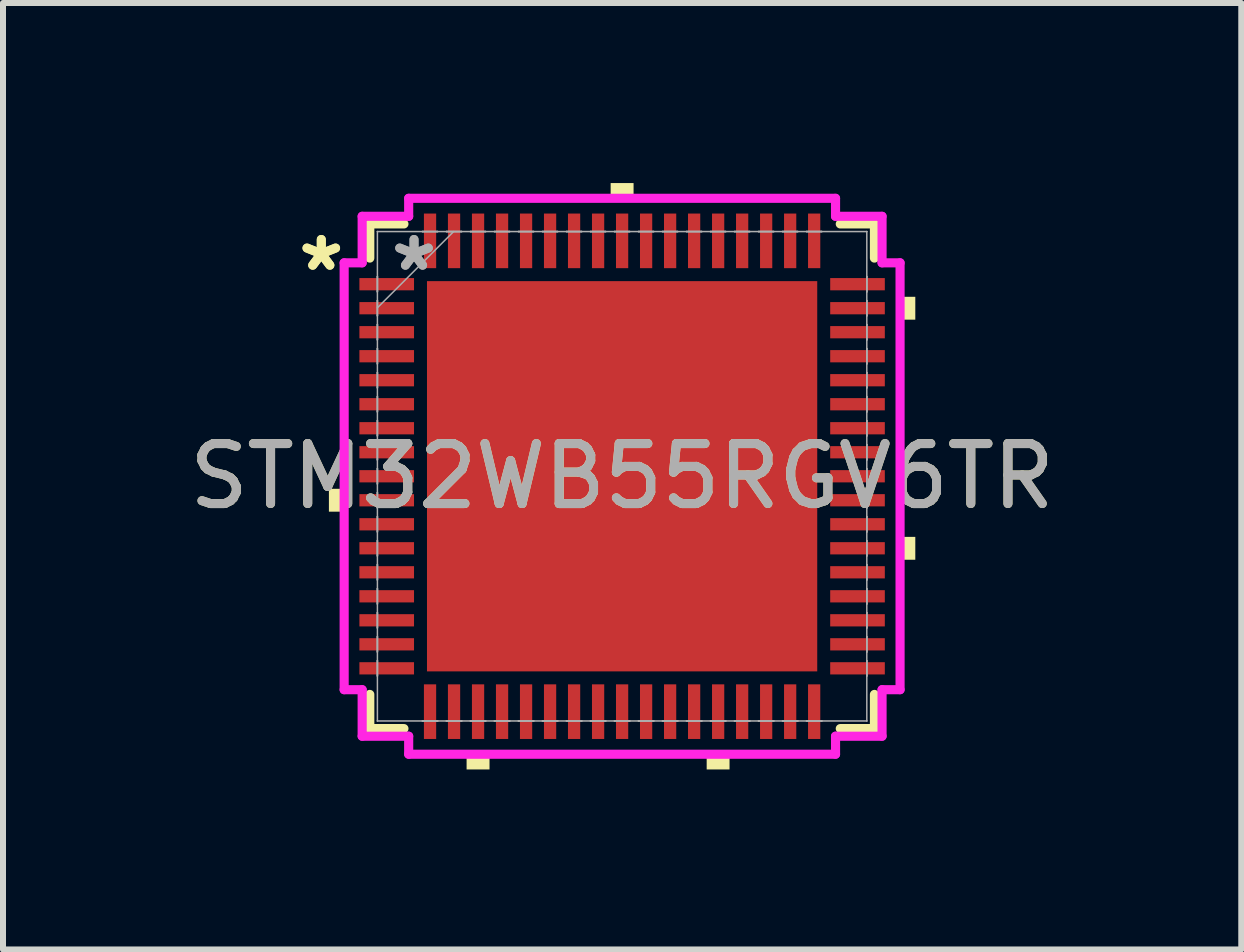
<source format=kicad_pcb>
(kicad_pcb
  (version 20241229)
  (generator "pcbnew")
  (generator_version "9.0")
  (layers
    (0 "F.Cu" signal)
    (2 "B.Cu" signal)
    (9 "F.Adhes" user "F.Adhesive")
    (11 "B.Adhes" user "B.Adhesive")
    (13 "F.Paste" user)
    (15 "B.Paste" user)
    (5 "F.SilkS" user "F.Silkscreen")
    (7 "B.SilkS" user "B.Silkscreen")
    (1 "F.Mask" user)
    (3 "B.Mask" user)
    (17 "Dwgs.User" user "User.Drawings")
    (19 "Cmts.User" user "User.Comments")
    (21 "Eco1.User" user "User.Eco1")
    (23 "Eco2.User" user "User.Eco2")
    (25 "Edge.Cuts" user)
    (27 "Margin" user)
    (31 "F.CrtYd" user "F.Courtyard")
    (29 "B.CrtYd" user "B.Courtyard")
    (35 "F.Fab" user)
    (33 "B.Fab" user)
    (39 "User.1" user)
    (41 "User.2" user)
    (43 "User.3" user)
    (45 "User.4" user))
  (footprint "STM32WB55RGV6TR"
    (layer "F.Cu")
    (at 7.315 4.885)
    (property "Reference" "STM32WB55RGV6TR" (at 0 0 0) (unlocked yes) (layer "F.SilkS") (effects (font (size 1 1) (thickness 0.15))))
    (attr smd)
    (fp_line (start -4.204 -4.204) (end -4.204 -3.635) (stroke (width 0.152) (type solid)) (layer "F.SilkS"))
    (fp_line (start -4.204 3.635) (end -4.204 4.204) (stroke (width 0.152) (type solid)) (layer "F.SilkS"))
    (fp_line (start -4.204 4.204) (end -3.635 4.204) (stroke (width 0.152) (type solid)) (layer "F.SilkS"))
    (fp_line (start -3.635 -4.204) (end -4.204 -4.204) (stroke (width 0.152) (type solid)) (layer "F.SilkS"))
    (fp_line (start 3.635 4.204) (end 4.204 4.204) (stroke (width 0.152) (type solid)) (layer "F.SilkS"))
    (fp_line (start 4.204 -4.204) (end 3.635 -4.204) (stroke (width 0.152) (type solid)) (layer "F.SilkS"))
    (fp_line (start 4.204 -3.635) (end 4.204 -4.204) (stroke (width 0.152) (type solid)) (layer "F.SilkS"))
    (fp_line (start 4.204 4.204) (end 4.204 3.635) (stroke (width 0.152) (type solid)) (layer "F.SilkS"))
    (fp_poly (pts (xy -4.885 0.209) (xy -4.885 0.59) (xy -4.631 0.59) (xy -4.631 0.209)) (stroke (width 0) (type solid)) (fill yes) (layer "F.SilkS"))
    (fp_poly (pts (xy -2.591 4.631) (xy -2.591 4.885) (xy -2.209 4.885) (xy -2.209 4.631)) (stroke (width 0) (type solid)) (fill yes) (layer "F.SilkS"))
    (fp_poly (pts (xy -0.191 -4.631) (xy -0.191 -4.885) (xy 0.191 -4.885) (xy 0.191 -4.631)) (stroke (width 0) (type solid)) (fill yes) (layer "F.SilkS"))
    (fp_poly (pts (xy 1.409 4.631) (xy 1.409 4.885) (xy 1.79 4.885) (xy 1.79 4.631)) (stroke (width 0) (type solid)) (fill yes) (layer "F.SilkS"))
    (fp_poly (pts (xy 4.885 -2.99) (xy 4.885 -2.609) (xy 4.631 -2.609) (xy 4.631 -2.99)) (stroke (width 0) (type solid)) (fill yes) (layer "F.SilkS"))
    (fp_poly (pts (xy 4.885 1.01) (xy 4.885 1.391) (xy 4.631 1.391) (xy 4.631 1.01)) (stroke (width 0) (type solid)) (fill yes) (layer "F.SilkS"))
    (fp_poly (pts (xy -3.151 -3.151) (xy -3.151 -2.051) (xy -2.051 -2.051) (xy -2.051 -3.151)) (stroke (width 0) (type solid)) (fill yes) (layer "F.Paste"))
    (fp_poly (pts (xy -3.151 -1.851) (xy -3.151 -0.75) (xy -2.051 -0.75) (xy -2.051 -1.851)) (stroke (width 0) (type solid)) (fill yes) (layer "F.Paste"))
    (fp_poly (pts (xy -3.151 -0.55) (xy -3.151 0.55) (xy -2.051 0.55) (xy -2.051 -0.55)) (stroke (width 0) (type solid)) (fill yes) (layer "F.Paste"))
    (fp_poly (pts (xy -3.151 0.75) (xy -3.151 1.851) (xy -2.051 1.851) (xy -2.051 0.75)) (stroke (width 0) (type solid)) (fill yes) (layer "F.Paste"))
    (fp_poly (pts (xy -3.151 2.051) (xy -3.151 3.151) (xy -2.051 3.151) (xy -2.051 2.051)) (stroke (width 0) (type solid)) (fill yes) (layer "F.Paste"))
    (fp_poly (pts (xy -1.851 -3.151) (xy -1.851 -2.051) (xy -0.75 -2.051) (xy -0.75 -3.151)) (stroke (width 0) (type solid)) (fill yes) (layer "F.Paste"))
    (fp_poly (pts (xy -1.851 -1.851) (xy -1.851 -0.75) (xy -0.75 -0.75) (xy -0.75 -1.851)) (stroke (width 0) (type solid)) (fill yes) (layer "F.Paste"))
    (fp_poly (pts (xy -1.851 -0.55) (xy -1.851 0.55) (xy -0.75 0.55) (xy -0.75 -0.55)) (stroke (width 0) (type solid)) (fill yes) (layer "F.Paste"))
    (fp_poly (pts (xy -1.851 0.75) (xy -1.851 1.851) (xy -0.75 1.851) (xy -0.75 0.75)) (stroke (width 0) (type solid)) (fill yes) (layer "F.Paste"))
    (fp_poly (pts (xy -1.851 2.051) (xy -1.851 3.151) (xy -0.75 3.151) (xy -0.75 2.051)) (stroke (width 0) (type solid)) (fill yes) (layer "F.Paste"))
    (fp_poly (pts (xy -0.55 -3.151) (xy -0.55 -2.051) (xy 0.55 -2.051) (xy 0.55 -3.151)) (stroke (width 0) (type solid)) (fill yes) (layer "F.Paste"))
    (fp_poly (pts (xy -0.55 -1.851) (xy -0.55 -0.75) (xy 0.55 -0.75) (xy 0.55 -1.851)) (stroke (width 0) (type solid)) (fill yes) (layer "F.Paste"))
    (fp_poly (pts (xy -0.55 -0.55) (xy -0.55 0.55) (xy 0.55 0.55) (xy 0.55 -0.55)) (stroke (width 0) (type solid)) (fill yes) (layer "F.Paste"))
    (fp_poly (pts (xy -0.55 0.75) (xy -0.55 1.851) (xy 0.55 1.851) (xy 0.55 0.75)) (stroke (width 0) (type solid)) (fill yes) (layer "F.Paste"))
    (fp_poly (pts (xy -0.55 2.051) (xy -0.55 3.151) (xy 0.55 3.151) (xy 0.55 2.051)) (stroke (width 0) (type solid)) (fill yes) (layer "F.Paste"))
    (fp_poly (pts (xy 0.75 -3.151) (xy 0.75 -2.051) (xy 1.851 -2.051) (xy 1.851 -3.151)) (stroke (width 0) (type solid)) (fill yes) (layer "F.Paste"))
    (fp_poly (pts (xy 0.75 -1.851) (xy 0.75 -0.75) (xy 1.851 -0.75) (xy 1.851 -1.851)) (stroke (width 0) (type solid)) (fill yes) (layer "F.Paste"))
    (fp_poly (pts (xy 0.75 -0.55) (xy 0.75 0.55) (xy 1.851 0.55) (xy 1.851 -0.55)) (stroke (width 0) (type solid)) (fill yes) (layer "F.Paste"))
    (fp_poly (pts (xy 0.75 0.75) (xy 0.75 1.851) (xy 1.851 1.851) (xy 1.851 0.75)) (stroke (width 0) (type solid)) (fill yes) (layer "F.Paste"))
    (fp_poly (pts (xy 0.75 2.051) (xy 0.75 3.151) (xy 1.851 3.151) (xy 1.851 2.051)) (stroke (width 0) (type solid)) (fill yes) (layer "F.Paste"))
    (fp_poly (pts (xy 2.051 -3.151) (xy 2.051 -2.051) (xy 3.151 -2.051) (xy 3.151 -3.151)) (stroke (width 0) (type solid)) (fill yes) (layer "F.Paste"))
    (fp_poly (pts (xy 2.051 -1.851) (xy 2.051 -0.75) (xy 3.151 -0.75) (xy 3.151 -1.851)) (stroke (width 0) (type solid)) (fill yes) (layer "F.Paste"))
    (fp_poly (pts (xy 2.051 -0.55) (xy 2.051 0.55) (xy 3.151 0.55) (xy 3.151 -0.55)) (stroke (width 0) (type solid)) (fill yes) (layer "F.Paste"))
    (fp_poly (pts (xy 2.051 0.75) (xy 2.051 1.851) (xy 3.151 1.851) (xy 3.151 0.75)) (stroke (width 0) (type solid)) (fill yes) (layer "F.Paste"))
    (fp_poly (pts (xy 2.051 2.051) (xy 2.051 3.151) (xy 3.151 3.151) (xy 3.151 2.051)) (stroke (width 0) (type solid)) (fill yes) (layer "F.Paste"))
    (fp_line (start -4.631 -3.556) (end -4.331 -3.556) (stroke (width 0.152) (type solid)) (layer "F.CrtYd"))
    (fp_line (start -4.631 3.556) (end -4.631 -3.556) (stroke (width 0.152) (type solid)) (layer "F.CrtYd"))
    (fp_line (start -4.331 -4.331) (end -3.556 -4.331) (stroke (width 0.152) (type solid)) (layer "F.CrtYd"))
    (fp_line (start -4.331 -3.556) (end -4.331 -4.331) (stroke (width 0.152) (type solid)) (layer "F.CrtYd"))
    (fp_line (start -4.331 3.556) (end -4.631 3.556) (stroke (width 0.152) (type solid)) (layer "F.CrtYd"))
    (fp_line (start -4.331 4.331) (end -4.331 3.556) (stroke (width 0.152) (type solid)) (layer "F.CrtYd"))
    (fp_line (start -3.556 -4.631) (end 3.556 -4.631) (stroke (width 0.152) (type solid)) (layer "F.CrtYd"))
    (fp_line (start -3.556 -4.331) (end -3.556 -4.631) (stroke (width 0.152) (type solid)) (layer "F.CrtYd"))
    (fp_line (start -3.556 4.331) (end -4.331 4.331) (stroke (width 0.152) (type solid)) (layer "F.CrtYd"))
    (fp_line (start -3.556 4.631) (end -3.556 4.331) (stroke (width 0.152) (type solid)) (layer "F.CrtYd"))
    (fp_line (start 3.556 -4.631) (end 3.556 -4.331) (stroke (width 0.152) (type solid)) (layer "F.CrtYd"))
    (fp_line (start 3.556 -4.331) (end 4.331 -4.331) (stroke (width 0.152) (type solid)) (layer "F.CrtYd"))
    (fp_line (start 3.556 4.331) (end 3.556 4.631) (stroke (width 0.152) (type solid)) (layer "F.CrtYd"))
    (fp_line (start 3.556 4.631) (end -3.556 4.631) (stroke (width 0.152) (type solid)) (layer "F.CrtYd"))
    (fp_line (start 4.331 -4.331) (end 4.331 -3.556) (stroke (width 0.152) (type solid)) (layer "F.CrtYd"))
    (fp_line (start 4.331 -3.556) (end 4.631 -3.556) (stroke (width 0.152) (type solid)) (layer "F.CrtYd"))
    (fp_line (start 4.331 3.556) (end 4.331 4.331) (stroke (width 0.152) (type solid)) (layer "F.CrtYd"))
    (fp_line (start 4.331 4.331) (end 3.556 4.331) (stroke (width 0.152) (type solid)) (layer "F.CrtYd"))
    (fp_line (start 4.631 -3.556) (end 4.631 3.556) (stroke (width 0.152) (type solid)) (layer "F.CrtYd"))
    (fp_line (start 4.631 3.556) (end 4.331 3.556) (stroke (width 0.152) (type solid)) (layer "F.CrtYd"))
    (fp_line (start -4.077 -4.077) (end -4.077 -4.077) (stroke (width 0.025) (type solid)) (layer "F.Fab"))
    (fp_line (start -4.077 -4.077) (end -4.077 4.077) (stroke (width 0.025) (type solid)) (layer "F.Fab"))
    (fp_line (start -4.077 -3.327) (end -4.077 -3.327) (stroke (width 0.025) (type solid)) (layer "F.Fab"))
    (fp_line (start -4.077 -3.327) (end -4.077 -3.073) (stroke (width 0.025) (type solid)) (layer "F.Fab"))
    (fp_line (start -4.077 -3.073) (end -4.077 -3.327) (stroke (width 0.025) (type solid)) (layer "F.Fab"))
    (fp_line (start -4.077 -3.073) (end -4.077 -3.073) (stroke (width 0.025) (type solid)) (layer "F.Fab"))
    (fp_line (start -4.077 -2.927) (end -4.077 -2.927) (stroke (width 0.025) (type solid)) (layer "F.Fab"))
    (fp_line (start -4.077 -2.927) (end -4.077 -2.673) (stroke (width 0.025) (type solid)) (layer "F.Fab"))
    (fp_line (start -4.077 -2.807) (end -2.807 -4.077) (stroke (width 0.025) (type solid)) (layer "F.Fab"))
    (fp_line (start -4.077 -2.673) (end -4.077 -2.927) (stroke (width 0.025) (type solid)) (layer "F.Fab"))
    (fp_line (start -4.077 -2.673) (end -4.077 -2.673) (stroke (width 0.025) (type solid)) (layer "F.Fab"))
    (fp_line (start -4.077 -2.527) (end -4.077 -2.527) (stroke (width 0.025) (type solid)) (layer "F.Fab"))
    (fp_line (start -4.077 -2.527) (end -4.077 -2.273) (stroke (width 0.025) (type solid)) (layer "F.Fab"))
    (fp_line (start -4.077 -2.273) (end -4.077 -2.527) (stroke (width 0.025) (type solid)) (layer "F.Fab"))
    (fp_line (start -4.077 -2.273) (end -4.077 -2.273) (stroke (width 0.025) (type solid)) (layer "F.Fab"))
    (fp_line (start -4.077 -2.127) (end -4.077 -2.127) (stroke (width 0.025) (type solid)) (layer "F.Fab"))
    (fp_line (start -4.077 -2.127) (end -4.077 -1.873) (stroke (width 0.025) (type solid)) (layer "F.Fab"))
    (fp_line (start -4.077 -1.873) (end -4.077 -2.127) (stroke (width 0.025) (type solid)) (layer "F.Fab"))
    (fp_line (start -4.077 -1.873) (end -4.077 -1.873) (stroke (width 0.025) (type solid)) (layer "F.Fab"))
    (fp_line (start -4.077 -1.727) (end -4.077 -1.727) (stroke (width 0.025) (type solid)) (layer "F.Fab"))
    (fp_line (start -4.077 -1.727) (end -4.077 -1.473) (stroke (width 0.025) (type solid)) (layer "F.Fab"))
    (fp_line (start -4.077 -1.473) (end -4.077 -1.727) (stroke (width 0.025) (type solid)) (layer "F.Fab"))
    (fp_line (start -4.077 -1.473) (end -4.077 -1.473) (stroke (width 0.025) (type solid)) (layer "F.Fab"))
    (fp_line (start -4.077 -1.327) (end -4.077 -1.327) (stroke (width 0.025) (type solid)) (layer "F.Fab"))
    (fp_line (start -4.077 -1.327) (end -4.077 -1.073) (stroke (width 0.025) (type solid)) (layer "F.Fab"))
    (fp_line (start -4.077 -1.073) (end -4.077 -1.327) (stroke (width 0.025) (type solid)) (layer "F.Fab"))
    (fp_line (start -4.077 -1.073) (end -4.077 -1.073) (stroke (width 0.025) (type solid)) (layer "F.Fab"))
    (fp_line (start -4.077 -0.927) (end -4.077 -0.927) (stroke (width 0.025) (type solid)) (layer "F.Fab"))
    (fp_line (start -4.077 -0.927) (end -4.077 -0.673) (stroke (width 0.025) (type solid)) (layer "F.Fab"))
    (fp_line (start -4.077 -0.673) (end -4.077 -0.927) (stroke (width 0.025) (type solid)) (layer "F.Fab"))
    (fp_line (start -4.077 -0.673) (end -4.077 -0.673) (stroke (width 0.025) (type solid)) (layer "F.Fab"))
    (fp_line (start -4.077 -0.527) (end -4.077 -0.527) (stroke (width 0.025) (type solid)) (layer "F.Fab"))
    (fp_line (start -4.077 -0.527) (end -4.077 -0.273) (stroke (width 0.025) (type solid)) (layer "F.Fab"))
    (fp_line (start -4.077 -0.273) (end -4.077 -0.527) (stroke (width 0.025) (type solid)) (layer "F.Fab"))
    (fp_line (start -4.077 -0.273) (end -4.077 -0.273) (stroke (width 0.025) (type solid)) (layer "F.Fab"))
    (fp_line (start -4.077 -0.127) (end -4.077 -0.127) (stroke (width 0.025) (type solid)) (layer "F.Fab"))
    (fp_line (start -4.077 -0.127) (end -4.077 0.127) (stroke (width 0.025) (type solid)) (layer "F.Fab"))
    (fp_line (start -4.077 0.127) (end -4.077 -0.127) (stroke (width 0.025) (type solid)) (layer "F.Fab"))
    (fp_line (start -4.077 0.127) (end -4.077 0.127) (stroke (width 0.025) (type solid)) (layer "F.Fab"))
    (fp_line (start -4.077 0.273) (end -4.077 0.273) (stroke (width 0.025) (type solid)) (layer "F.Fab"))
    (fp_line (start -4.077 0.273) (end -4.077 0.527) (stroke (width 0.025) (type solid)) (layer "F.Fab"))
    (fp_line (start -4.077 0.527) (end -4.077 0.273) (stroke (width 0.025) (type solid)) (layer "F.Fab"))
    (fp_line (start -4.077 0.527) (end -4.077 0.527) (stroke (width 0.025) (type solid)) (layer "F.Fab"))
    (fp_line (start -4.077 0.673) (end -4.077 0.673) (stroke (width 0.025) (type solid)) (layer "F.Fab"))
    (fp_line (start -4.077 0.673) (end -4.077 0.927) (stroke (width 0.025) (type solid)) (layer "F.Fab"))
    (fp_line (start -4.077 0.927) (end -4.077 0.673) (stroke (width 0.025) (type solid)) (layer "F.Fab"))
    (fp_line (start -4.077 0.927) (end -4.077 0.927) (stroke (width 0.025) (type solid)) (layer "F.Fab"))
    (fp_line (start -4.077 1.073) (end -4.077 1.073) (stroke (width 0.025) (type solid)) (layer "F.Fab"))
    (fp_line (start -4.077 1.073) (end -4.077 1.327) (stroke (width 0.025) (type solid)) (layer "F.Fab"))
    (fp_line (start -4.077 1.327) (end -4.077 1.073) (stroke (width 0.025) (type solid)) (layer "F.Fab"))
    (fp_line (start -4.077 1.327) (end -4.077 1.327) (stroke (width 0.025) (type solid)) (layer "F.Fab"))
    (fp_line (start -4.077 1.473) (end -4.077 1.473) (stroke (width 0.025) (type solid)) (layer "F.Fab"))
    (fp_line (start -4.077 1.473) (end -4.077 1.727) (stroke (width 0.025) (type solid)) (layer "F.Fab"))
    (fp_line (start -4.077 1.727) (end -4.077 1.473) (stroke (width 0.025) (type solid)) (layer "F.Fab"))
    (fp_line (start -4.077 1.727) (end -4.077 1.727) (stroke (width 0.025) (type solid)) (layer "F.Fab"))
    (fp_line (start -4.077 1.873) (end -4.077 1.873) (stroke (width 0.025) (type solid)) (layer "F.Fab"))
    (fp_line (start -4.077 1.873) (end -4.077 2.127) (stroke (width 0.025) (type solid)) (layer "F.Fab"))
    (fp_line (start -4.077 2.127) (end -4.077 1.873) (stroke (width 0.025) (type solid)) (layer "F.Fab"))
    (fp_line (start -4.077 2.127) (end -4.077 2.127) (stroke (width 0.025) (type solid)) (layer "F.Fab"))
    (fp_line (start -4.077 2.273) (end -4.077 2.273) (stroke (width 0.025) (type solid)) (layer "F.Fab"))
    (fp_line (start -4.077 2.273) (end -4.077 2.527) (stroke (width 0.025) (type solid)) (layer "F.Fab"))
    (fp_line (start -4.077 2.527) (end -4.077 2.273) (stroke (width 0.025) (type solid)) (layer "F.Fab"))
    (fp_line (start -4.077 2.527) (end -4.077 2.527) (stroke (width 0.025) (type solid)) (layer "F.Fab"))
    (fp_line (start -4.077 2.673) (end -4.077 2.673) (stroke (width 0.025) (type solid)) (layer "F.Fab"))
    (fp_line (start -4.077 2.673) (end -4.077 2.927) (stroke (width 0.025) (type solid)) (layer "F.Fab"))
    (fp_line (start -4.077 2.927) (end -4.077 2.673) (stroke (width 0.025) (type solid)) (layer "F.Fab"))
    (fp_line (start -4.077 2.927) (end -4.077 2.927) (stroke (width 0.025) (type solid)) (layer "F.Fab"))
    (fp_line (start -4.077 3.073) (end -4.077 3.073) (stroke (width 0.025) (type solid)) (layer "F.Fab"))
    (fp_line (start -4.077 3.073) (end -4.077 3.327) (stroke (width 0.025) (type solid)) (layer "F.Fab"))
    (fp_line (start -4.077 3.327) (end -4.077 3.073) (stroke (width 0.025) (type solid)) (layer "F.Fab"))
    (fp_line (start -4.077 3.327) (end -4.077 3.327) (stroke (width 0.025) (type solid)) (layer "F.Fab"))
    (fp_line (start -4.077 4.077) (end -4.077 4.077) (stroke (width 0.025) (type solid)) (layer "F.Fab"))
    (fp_line (start -4.077 4.077) (end 4.077 4.077) (stroke (width 0.025) (type solid)) (layer "F.Fab"))
    (fp_line (start -3.327 -4.077) (end -3.327 -4.077) (stroke (width 0.025) (type solid)) (layer "F.Fab"))
    (fp_line (start -3.327 -4.077) (end -3.073 -4.077) (stroke (width 0.025) (type solid)) (layer "F.Fab"))
    (fp_line (start -3.327 4.077) (end -3.327 4.077) (stroke (width 0.025) (type solid)) (layer "F.Fab"))
    (fp_line (start -3.327 4.077) (end -3.073 4.077) (stroke (width 0.025) (type solid)) (layer "F.Fab"))
    (fp_line (start -3.073 -4.077) (end -3.327 -4.077) (stroke (width 0.025) (type solid)) (layer "F.Fab"))
    (fp_line (start -3.073 -4.077) (end -3.073 -4.077) (stroke (width 0.025) (type solid)) (layer "F.Fab"))
    (fp_line (start -3.073 4.077) (end -3.327 4.077) (stroke (width 0.025) (type solid)) (layer "F.Fab"))
    (fp_line (start -3.073 4.077) (end -3.073 4.077) (stroke (width 0.025) (type solid)) (layer "F.Fab"))
    (fp_line (start -2.927 -4.077) (end -2.927 -4.077) (stroke (width 0.025) (type solid)) (layer "F.Fab"))
    (fp_line (start -2.927 -4.077) (end -2.673 -4.077) (stroke (width 0.025) (type solid)) (layer "F.Fab"))
    (fp_line (start -2.927 4.077) (end -2.927 4.077) (stroke (width 0.025) (type solid)) (layer "F.Fab"))
    (fp_line (start -2.927 4.077) (end -2.673 4.077) (stroke (width 0.025) (type solid)) (layer "F.Fab"))
    (fp_line (start -2.673 -4.077) (end -2.927 -4.077) (stroke (width 0.025) (type solid)) (layer "F.Fab"))
    (fp_line (start -2.673 -4.077) (end -2.673 -4.077) (stroke (width 0.025) (type solid)) (layer "F.Fab"))
    (fp_line (start -2.673 4.077) (end -2.927 4.077) (stroke (width 0.025) (type solid)) (layer "F.Fab"))
    (fp_line (start -2.673 4.077) (end -2.673 4.077) (stroke (width 0.025) (type solid)) (layer "F.Fab"))
    (fp_line (start -2.527 -4.077) (end -2.527 -4.077) (stroke (width 0.025) (type solid)) (layer "F.Fab"))
    (fp_line (start -2.527 -4.077) (end -2.273 -4.077) (stroke (width 0.025) (type solid)) (layer "F.Fab"))
    (fp_line (start -2.527 4.077) (end -2.527 4.077) (stroke (width 0.025) (type solid)) (layer "F.Fab"))
    (fp_line (start -2.527 4.077) (end -2.273 4.077) (stroke (width 0.025) (type solid)) (layer "F.Fab"))
    (fp_line (start -2.273 -4.077) (end -2.527 -4.077) (stroke (width 0.025) (type solid)) (layer "F.Fab"))
    (fp_line (start -2.273 -4.077) (end -2.273 -4.077) (stroke (width 0.025) (type solid)) (layer "F.Fab"))
    (fp_line (start -2.273 4.077) (end -2.527 4.077) (stroke (width 0.025) (type solid)) (layer "F.Fab"))
    (fp_line (start -2.273 4.077) (end -2.273 4.077) (stroke (width 0.025) (type solid)) (layer "F.Fab"))
    (fp_line (start -2.127 -4.077) (end -2.127 -4.077) (stroke (width 0.025) (type solid)) (layer "F.Fab"))
    (fp_line (start -2.127 -4.077) (end -1.873 -4.077) (stroke (width 0.025) (type solid)) (layer "F.Fab"))
    (fp_line (start -2.127 4.077) (end -2.127 4.077) (stroke (width 0.025) (type solid)) (layer "F.Fab"))
    (fp_line (start -2.127 4.077) (end -1.873 4.077) (stroke (width 0.025) (type solid)) (layer "F.Fab"))
    (fp_line (start -1.873 -4.077) (end -2.127 -4.077) (stroke (width 0.025) (type solid)) (layer "F.Fab"))
    (fp_line (start -1.873 -4.077) (end -1.873 -4.077) (stroke (width 0.025) (type solid)) (layer "F.Fab"))
    (fp_line (start -1.873 4.077) (end -2.127 4.077) (stroke (width 0.025) (type solid)) (layer "F.Fab"))
    (fp_line (start -1.873 4.077) (end -1.873 4.077) (stroke (width 0.025) (type solid)) (layer "F.Fab"))
    (fp_line (start -1.727 -4.077) (end -1.727 -4.077) (stroke (width 0.025) (type solid)) (layer "F.Fab"))
    (fp_line (start -1.727 -4.077) (end -1.473 -4.077) (stroke (width 0.025) (type solid)) (layer "F.Fab"))
    (fp_line (start -1.727 4.077) (end -1.727 4.077) (stroke (width 0.025) (type solid)) (layer "F.Fab"))
    (fp_line (start -1.727 4.077) (end -1.473 4.077) (stroke (width 0.025) (type solid)) (layer "F.Fab"))
    (fp_line (start -1.473 -4.077) (end -1.727 -4.077) (stroke (width 0.025) (type solid)) (layer "F.Fab"))
    (fp_line (start -1.473 -4.077) (end -1.473 -4.077) (stroke (width 0.025) (type solid)) (layer "F.Fab"))
    (fp_line (start -1.473 4.077) (end -1.727 4.077) (stroke (width 0.025) (type solid)) (layer "F.Fab"))
    (fp_line (start -1.473 4.077) (end -1.473 4.077) (stroke (width 0.025) (type solid)) (layer "F.Fab"))
    (fp_line (start -1.327 -4.077) (end -1.327 -4.077) (stroke (width 0.025) (type solid)) (layer "F.Fab"))
    (fp_line (start -1.327 -4.077) (end -1.073 -4.077) (stroke (width 0.025) (type solid)) (layer "F.Fab"))
    (fp_line (start -1.327 4.077) (end -1.327 4.077) (stroke (width 0.025) (type solid)) (layer "F.Fab"))
    (fp_line (start -1.327 4.077) (end -1.073 4.077) (stroke (width 0.025) (type solid)) (layer "F.Fab"))
    (fp_line (start -1.073 -4.077) (end -1.327 -4.077) (stroke (width 0.025) (type solid)) (layer "F.Fab"))
    (fp_line (start -1.073 -4.077) (end -1.073 -4.077) (stroke (width 0.025) (type solid)) (layer "F.Fab"))
    (fp_line (start -1.073 4.077) (end -1.327 4.077) (stroke (width 0.025) (type solid)) (layer "F.Fab"))
    (fp_line (start -1.073 4.077) (end -1.073 4.077) (stroke (width 0.025) (type solid)) (layer "F.Fab"))
    (fp_line (start -0.927 -4.077) (end -0.927 -4.077) (stroke (width 0.025) (type solid)) (layer "F.Fab"))
    (fp_line (start -0.927 -4.077) (end -0.673 -4.077) (stroke (width 0.025) (type solid)) (layer "F.Fab"))
    (fp_line (start -0.927 4.077) (end -0.927 4.077) (stroke (width 0.025) (type solid)) (layer "F.Fab"))
    (fp_line (start -0.927 4.077) (end -0.673 4.077) (stroke (width 0.025) (type solid)) (layer "F.Fab"))
    (fp_line (start -0.673 -4.077) (end -0.927 -4.077) (stroke (width 0.025) (type solid)) (layer "F.Fab"))
    (fp_line (start -0.673 -4.077) (end -0.673 -4.077) (stroke (width 0.025) (type solid)) (layer "F.Fab"))
    (fp_line (start -0.673 4.077) (end -0.927 4.077) (stroke (width 0.025) (type solid)) (layer "F.Fab"))
    (fp_line (start -0.673 4.077) (end -0.673 4.077) (stroke (width 0.025) (type solid)) (layer "F.Fab"))
    (fp_line (start -0.527 -4.077) (end -0.527 -4.077) (stroke (width 0.025) (type solid)) (layer "F.Fab"))
    (fp_line (start -0.527 -4.077) (end -0.273 -4.077) (stroke (width 0.025) (type solid)) (layer "F.Fab"))
    (fp_line (start -0.527 4.077) (end -0.527 4.077) (stroke (width 0.025) (type solid)) (layer "F.Fab"))
    (fp_line (start -0.527 4.077) (end -0.273 4.077) (stroke (width 0.025) (type solid)) (layer "F.Fab"))
    (fp_line (start -0.273 -4.077) (end -0.527 -4.077) (stroke (width 0.025) (type solid)) (layer "F.Fab"))
    (fp_line (start -0.273 -4.077) (end -0.273 -4.077) (stroke (width 0.025) (type solid)) (layer "F.Fab"))
    (fp_line (start -0.273 4.077) (end -0.527 4.077) (stroke (width 0.025) (type solid)) (layer "F.Fab"))
    (fp_line (start -0.273 4.077) (end -0.273 4.077) (stroke (width 0.025) (type solid)) (layer "F.Fab"))
    (fp_line (start -0.127 -4.077) (end -0.127 -4.077) (stroke (width 0.025) (type solid)) (layer "F.Fab"))
    (fp_line (start -0.127 -4.077) (end 0.127 -4.077) (stroke (width 0.025) (type solid)) (layer "F.Fab"))
    (fp_line (start -0.127 4.077) (end -0.127 4.077) (stroke (width 0.025) (type solid)) (layer "F.Fab"))
    (fp_line (start -0.127 4.077) (end 0.127 4.077) (stroke (width 0.025) (type solid)) (layer "F.Fab"))
    (fp_line (start 0.127 -4.077) (end -0.127 -4.077) (stroke (width 0.025) (type solid)) (layer "F.Fab"))
    (fp_line (start 0.127 -4.077) (end 0.127 -4.077) (stroke (width 0.025) (type solid)) (layer "F.Fab"))
    (fp_line (start 0.127 4.077) (end -0.127 4.077) (stroke (width 0.025) (type solid)) (layer "F.Fab"))
    (fp_line (start 0.127 4.077) (end 0.127 4.077) (stroke (width 0.025) (type solid)) (layer "F.Fab"))
    (fp_line (start 0.273 -4.077) (end 0.273 -4.077) (stroke (width 0.025) (type solid)) (layer "F.Fab"))
    (fp_line (start 0.273 -4.077) (end 0.527 -4.077) (stroke (width 0.025) (type solid)) (layer "F.Fab"))
    (fp_line (start 0.273 4.077) (end 0.273 4.077) (stroke (width 0.025) (type solid)) (layer "F.Fab"))
    (fp_line (start 0.273 4.077) (end 0.527 4.077) (stroke (width 0.025) (type solid)) (layer "F.Fab"))
    (fp_line (start 0.527 -4.077) (end 0.273 -4.077) (stroke (width 0.025) (type solid)) (layer "F.Fab"))
    (fp_line (start 0.527 -4.077) (end 0.527 -4.077) (stroke (width 0.025) (type solid)) (layer "F.Fab"))
    (fp_line (start 0.527 4.077) (end 0.273 4.077) (stroke (width 0.025) (type solid)) (layer "F.Fab"))
    (fp_line (start 0.527 4.077) (end 0.527 4.077) (stroke (width 0.025) (type solid)) (layer "F.Fab"))
    (fp_line (start 0.673 -4.077) (end 0.673 -4.077) (stroke (width 0.025) (type solid)) (layer "F.Fab"))
    (fp_line (start 0.673 -4.077) (end 0.927 -4.077) (stroke (width 0.025) (type solid)) (layer "F.Fab"))
    (fp_line (start 0.673 4.077) (end 0.673 4.077) (stroke (width 0.025) (type solid)) (layer "F.Fab"))
    (fp_line (start 0.673 4.077) (end 0.927 4.077) (stroke (width 0.025) (type solid)) (layer "F.Fab"))
    (fp_line (start 0.927 -4.077) (end 0.673 -4.077) (stroke (width 0.025) (type solid)) (layer "F.Fab"))
    (fp_line (start 0.927 -4.077) (end 0.927 -4.077) (stroke (width 0.025) (type solid)) (layer "F.Fab"))
    (fp_line (start 0.927 4.077) (end 0.673 4.077) (stroke (width 0.025) (type solid)) (layer "F.Fab"))
    (fp_line (start 0.927 4.077) (end 0.927 4.077) (stroke (width 0.025) (type solid)) (layer "F.Fab"))
    (fp_line (start 1.073 -4.077) (end 1.073 -4.077) (stroke (width 0.025) (type solid)) (layer "F.Fab"))
    (fp_line (start 1.073 -4.077) (end 1.327 -4.077) (stroke (width 0.025) (type solid)) (layer "F.Fab"))
    (fp_line (start 1.073 4.077) (end 1.073 4.077) (stroke (width 0.025) (type solid)) (layer "F.Fab"))
    (fp_line (start 1.073 4.077) (end 1.327 4.077) (stroke (width 0.025) (type solid)) (layer "F.Fab"))
    (fp_line (start 1.327 -4.077) (end 1.073 -4.077) (stroke (width 0.025) (type solid)) (layer "F.Fab"))
    (fp_line (start 1.327 -4.077) (end 1.327 -4.077) (stroke (width 0.025) (type solid)) (layer "F.Fab"))
    (fp_line (start 1.327 4.077) (end 1.073 4.077) (stroke (width 0.025) (type solid)) (layer "F.Fab"))
    (fp_line (start 1.327 4.077) (end 1.327 4.077) (stroke (width 0.025) (type solid)) (layer "F.Fab"))
    (fp_line (start 1.473 -4.077) (end 1.473 -4.077) (stroke (width 0.025) (type solid)) (layer "F.Fab"))
    (fp_line (start 1.473 -4.077) (end 1.727 -4.077) (stroke (width 0.025) (type solid)) (layer "F.Fab"))
    (fp_line (start 1.473 4.077) (end 1.473 4.077) (stroke (width 0.025) (type solid)) (layer "F.Fab"))
    (fp_line (start 1.473 4.077) (end 1.727 4.077) (stroke (width 0.025) (type solid)) (layer "F.Fab"))
    (fp_line (start 1.727 -4.077) (end 1.473 -4.077) (stroke (width 0.025) (type solid)) (layer "F.Fab"))
    (fp_line (start 1.727 -4.077) (end 1.727 -4.077) (stroke (width 0.025) (type solid)) (layer "F.Fab"))
    (fp_line (start 1.727 4.077) (end 1.473 4.077) (stroke (width 0.025) (type solid)) (layer "F.Fab"))
    (fp_line (start 1.727 4.077) (end 1.727 4.077) (stroke (width 0.025) (type solid)) (layer "F.Fab"))
    (fp_line (start 1.873 -4.077) (end 1.873 -4.077) (stroke (width 0.025) (type solid)) (layer "F.Fab"))
    (fp_line (start 1.873 -4.077) (end 2.127 -4.077) (stroke (width 0.025) (type solid)) (layer "F.Fab"))
    (fp_line (start 1.873 4.077) (end 1.873 4.077) (stroke (width 0.025) (type solid)) (layer "F.Fab"))
    (fp_line (start 1.873 4.077) (end 2.127 4.077) (stroke (width 0.025) (type solid)) (layer "F.Fab"))
    (fp_line (start 2.127 -4.077) (end 1.873 -4.077) (stroke (width 0.025) (type solid)) (layer "F.Fab"))
    (fp_line (start 2.127 -4.077) (end 2.127 -4.077) (stroke (width 0.025) (type solid)) (layer "F.Fab"))
    (fp_line (start 2.127 4.077) (end 1.873 4.077) (stroke (width 0.025) (type solid)) (layer "F.Fab"))
    (fp_line (start 2.127 4.077) (end 2.127 4.077) (stroke (width 0.025) (type solid)) (layer "F.Fab"))
    (fp_line (start 2.273 -4.077) (end 2.273 -4.077) (stroke (width 0.025) (type solid)) (layer "F.Fab"))
    (fp_line (start 2.273 -4.077) (end 2.527 -4.077) (stroke (width 0.025) (type solid)) (layer "F.Fab"))
    (fp_line (start 2.273 4.077) (end 2.273 4.077) (stroke (width 0.025) (type solid)) (layer "F.Fab"))
    (fp_line (start 2.273 4.077) (end 2.527 4.077) (stroke (width 0.025) (type solid)) (layer "F.Fab"))
    (fp_line (start 2.527 -4.077) (end 2.273 -4.077) (stroke (width 0.025) (type solid)) (layer "F.Fab"))
    (fp_line (start 2.527 -4.077) (end 2.527 -4.077) (stroke (width 0.025) (type solid)) (layer "F.Fab"))
    (fp_line (start 2.527 4.077) (end 2.273 4.077) (stroke (width 0.025) (type solid)) (layer "F.Fab"))
    (fp_line (start 2.527 4.077) (end 2.527 4.077) (stroke (width 0.025) (type solid)) (layer "F.Fab"))
    (fp_line (start 2.673 -4.077) (end 2.673 -4.077) (stroke (width 0.025) (type solid)) (layer "F.Fab"))
    (fp_line (start 2.673 -4.077) (end 2.927 -4.077) (stroke (width 0.025) (type solid)) (layer "F.Fab"))
    (fp_line (start 2.673 4.077) (end 2.673 4.077) (stroke (width 0.025) (type solid)) (layer "F.Fab"))
    (fp_line (start 2.673 4.077) (end 2.927 4.077) (stroke (width 0.025) (type solid)) (layer "F.Fab"))
    (fp_line (start 2.927 -4.077) (end 2.673 -4.077) (stroke (width 0.025) (type solid)) (layer "F.Fab"))
    (fp_line (start 2.927 -4.077) (end 2.927 -4.077) (stroke (width 0.025) (type solid)) (layer "F.Fab"))
    (fp_line (start 2.927 4.077) (end 2.673 4.077) (stroke (width 0.025) (type solid)) (layer "F.Fab"))
    (fp_line (start 2.927 4.077) (end 2.927 4.077) (stroke (width 0.025) (type solid)) (layer "F.Fab"))
    (fp_line (start 3.073 -4.077) (end 3.073 -4.077) (stroke (width 0.025) (type solid)) (layer "F.Fab"))
    (fp_line (start 3.073 -4.077) (end 3.327 -4.077) (stroke (width 0.025) (type solid)) (layer "F.Fab"))
    (fp_line (start 3.073 4.077) (end 3.073 4.077) (stroke (width 0.025) (type solid)) (layer "F.Fab"))
    (fp_line (start 3.073 4.077) (end 3.327 4.077) (stroke (width 0.025) (type solid)) (layer "F.Fab"))
    (fp_line (start 3.327 -4.077) (end 3.073 -4.077) (stroke (width 0.025) (type solid)) (layer "F.Fab"))
    (fp_line (start 3.327 -4.077) (end 3.327 -4.077) (stroke (width 0.025) (type solid)) (layer "F.Fab"))
    (fp_line (start 3.327 4.077) (end 3.073 4.077) (stroke (width 0.025) (type solid)) (layer "F.Fab"))
    (fp_line (start 3.327 4.077) (end 3.327 4.077) (stroke (width 0.025) (type solid)) (layer "F.Fab"))
    (fp_line (start 4.077 -4.077) (end -4.077 -4.077) (stroke (width 0.025) (type solid)) (layer "F.Fab"))
    (fp_line (start 4.077 -4.077) (end 4.077 -4.077) (stroke (width 0.025) (type solid)) (layer "F.Fab"))
    (fp_line (start 4.077 -3.327) (end 4.077 -3.327) (stroke (width 0.025) (type solid)) (layer "F.Fab"))
    (fp_line (start 4.077 -3.327) (end 4.077 -3.073) (stroke (width 0.025) (type solid)) (layer "F.Fab"))
    (fp_line (start 4.077 -3.073) (end 4.077 -3.327) (stroke (width 0.025) (type solid)) (layer "F.Fab"))
    (fp_line (start 4.077 -3.073) (end 4.077 -3.073) (stroke (width 0.025) (type solid)) (layer "F.Fab"))
    (fp_line (start 4.077 -2.927) (end 4.077 -2.927) (stroke (width 0.025) (type solid)) (layer "F.Fab"))
    (fp_line (start 4.077 -2.927) (end 4.077 -2.673) (stroke (width 0.025) (type solid)) (layer "F.Fab"))
    (fp_line (start 4.077 -2.673) (end 4.077 -2.927) (stroke (width 0.025) (type solid)) (layer "F.Fab"))
    (fp_line (start 4.077 -2.673) (end 4.077 -2.673) (stroke (width 0.025) (type solid)) (layer "F.Fab"))
    (fp_line (start 4.077 -2.527) (end 4.077 -2.527) (stroke (width 0.025) (type solid)) (layer "F.Fab"))
    (fp_line (start 4.077 -2.527) (end 4.077 -2.273) (stroke (width 0.025) (type solid)) (layer "F.Fab"))
    (fp_line (start 4.077 -2.273) (end 4.077 -2.527) (stroke (width 0.025) (type solid)) (layer "F.Fab"))
    (fp_line (start 4.077 -2.273) (end 4.077 -2.273) (stroke (width 0.025) (type solid)) (layer "F.Fab"))
    (fp_line (start 4.077 -2.127) (end 4.077 -2.127) (stroke (width 0.025) (type solid)) (layer "F.Fab"))
    (fp_line (start 4.077 -2.127) (end 4.077 -1.873) (stroke (width 0.025) (type solid)) (layer "F.Fab"))
    (fp_line (start 4.077 -1.873) (end 4.077 -2.127) (stroke (width 0.025) (type solid)) (layer "F.Fab"))
    (fp_line (start 4.077 -1.873) (end 4.077 -1.873) (stroke (width 0.025) (type solid)) (layer "F.Fab"))
    (fp_line (start 4.077 -1.727) (end 4.077 -1.727) (stroke (width 0.025) (type solid)) (layer "F.Fab"))
    (fp_line (start 4.077 -1.727) (end 4.077 -1.473) (stroke (width 0.025) (type solid)) (layer "F.Fab"))
    (fp_line (start 4.077 -1.473) (end 4.077 -1.727) (stroke (width 0.025) (type solid)) (layer "F.Fab"))
    (fp_line (start 4.077 -1.473) (end 4.077 -1.473) (stroke (width 0.025) (type solid)) (layer "F.Fab"))
    (fp_line (start 4.077 -1.327) (end 4.077 -1.327) (stroke (width 0.025) (type solid)) (layer "F.Fab"))
    (fp_line (start 4.077 -1.327) (end 4.077 -1.073) (stroke (width 0.025) (type solid)) (layer "F.Fab"))
    (fp_line (start 4.077 -1.073) (end 4.077 -1.327) (stroke (width 0.025) (type solid)) (layer "F.Fab"))
    (fp_line (start 4.077 -1.073) (end 4.077 -1.073) (stroke (width 0.025) (type solid)) (layer "F.Fab"))
    (fp_line (start 4.077 -0.927) (end 4.077 -0.927) (stroke (width 0.025) (type solid)) (layer "F.Fab"))
    (fp_line (start 4.077 -0.927) (end 4.077 -0.673) (stroke (width 0.025) (type solid)) (layer "F.Fab"))
    (fp_line (start 4.077 -0.673) (end 4.077 -0.927) (stroke (width 0.025) (type solid)) (layer "F.Fab"))
    (fp_line (start 4.077 -0.673) (end 4.077 -0.673) (stroke (width 0.025) (type solid)) (layer "F.Fab"))
    (fp_line (start 4.077 -0.527) (end 4.077 -0.527) (stroke (width 0.025) (type solid)) (layer "F.Fab"))
    (fp_line (start 4.077 -0.527) (end 4.077 -0.273) (stroke (width 0.025) (type solid)) (layer "F.Fab"))
    (fp_line (start 4.077 -0.273) (end 4.077 -0.527) (stroke (width 0.025) (type solid)) (layer "F.Fab"))
    (fp_line (start 4.077 -0.273) (end 4.077 -0.273) (stroke (width 0.025) (type solid)) (layer "F.Fab"))
    (fp_line (start 4.077 -0.127) (end 4.077 -0.127) (stroke (width 0.025) (type solid)) (layer "F.Fab"))
    (fp_line (start 4.077 -0.127) (end 4.077 0.127) (stroke (width 0.025) (type solid)) (layer "F.Fab"))
    (fp_line (start 4.077 0.127) (end 4.077 -0.127) (stroke (width 0.025) (type solid)) (layer "F.Fab"))
    (fp_line (start 4.077 0.127) (end 4.077 0.127) (stroke (width 0.025) (type solid)) (layer "F.Fab"))
    (fp_line (start 4.077 0.273) (end 4.077 0.273) (stroke (width 0.025) (type solid)) (layer "F.Fab"))
    (fp_line (start 4.077 0.273) (end 4.077 0.527) (stroke (width 0.025) (type solid)) (layer "F.Fab"))
    (fp_line (start 4.077 0.527) (end 4.077 0.273) (stroke (width 0.025) (type solid)) (layer "F.Fab"))
    (fp_line (start 4.077 0.527) (end 4.077 0.527) (stroke (width 0.025) (type solid)) (layer "F.Fab"))
    (fp_line (start 4.077 0.673) (end 4.077 0.673) (stroke (width 0.025) (type solid)) (layer "F.Fab"))
    (fp_line (start 4.077 0.673) (end 4.077 0.927) (stroke (width 0.025) (type solid)) (layer "F.Fab"))
    (fp_line (start 4.077 0.927) (end 4.077 0.673) (stroke (width 0.025) (type solid)) (layer "F.Fab"))
    (fp_line (start 4.077 0.927) (end 4.077 0.927) (stroke (width 0.025) (type solid)) (layer "F.Fab"))
    (fp_line (start 4.077 1.073) (end 4.077 1.073) (stroke (width 0.025) (type solid)) (layer "F.Fab"))
    (fp_line (start 4.077 1.073) (end 4.077 1.327) (stroke (width 0.025) (type solid)) (layer "F.Fab"))
    (fp_line (start 4.077 1.327) (end 4.077 1.073) (stroke (width 0.025) (type solid)) (layer "F.Fab"))
    (fp_line (start 4.077 1.327) (end 4.077 1.327) (stroke (width 0.025) (type solid)) (layer "F.Fab"))
    (fp_line (start 4.077 1.473) (end 4.077 1.473) (stroke (width 0.025) (type solid)) (layer "F.Fab"))
    (fp_line (start 4.077 1.473) (end 4.077 1.727) (stroke (width 0.025) (type solid)) (layer "F.Fab"))
    (fp_line (start 4.077 1.727) (end 4.077 1.473) (stroke (width 0.025) (type solid)) (layer "F.Fab"))
    (fp_line (start 4.077 1.727) (end 4.077 1.727) (stroke (width 0.025) (type solid)) (layer "F.Fab"))
    (fp_line (start 4.077 1.873) (end 4.077 1.873) (stroke (width 0.025) (type solid)) (layer "F.Fab"))
    (fp_line (start 4.077 1.873) (end 4.077 2.127) (stroke (width 0.025) (type solid)) (layer "F.Fab"))
    (fp_line (start 4.077 2.127) (end 4.077 1.873) (stroke (width 0.025) (type solid)) (layer "F.Fab"))
    (fp_line (start 4.077 2.127) (end 4.077 2.127) (stroke (width 0.025) (type solid)) (layer "F.Fab"))
    (fp_line (start 4.077 2.273) (end 4.077 2.273) (stroke (width 0.025) (type solid)) (layer "F.Fab"))
    (fp_line (start 4.077 2.273) (end 4.077 2.527) (stroke (width 0.025) (type solid)) (layer "F.Fab"))
    (fp_line (start 4.077 2.527) (end 4.077 2.273) (stroke (width 0.025) (type solid)) (layer "F.Fab"))
    (fp_line (start 4.077 2.527) (end 4.077 2.527) (stroke (width 0.025) (type solid)) (layer "F.Fab"))
    (fp_line (start 4.077 2.673) (end 4.077 2.673) (stroke (width 0.025) (type solid)) (layer "F.Fab"))
    (fp_line (start 4.077 2.673) (end 4.077 2.927) (stroke (width 0.025) (type solid)) (layer "F.Fab"))
    (fp_line (start 4.077 2.927) (end 4.077 2.673) (stroke (width 0.025) (type solid)) (layer "F.Fab"))
    (fp_line (start 4.077 2.927) (end 4.077 2.927) (stroke (width 0.025) (type solid)) (layer "F.Fab"))
    (fp_line (start 4.077 3.073) (end 4.077 3.073) (stroke (width 0.025) (type solid)) (layer "F.Fab"))
    (fp_line (start 4.077 3.073) (end 4.077 3.327) (stroke (width 0.025) (type solid)) (layer "F.Fab"))
    (fp_line (start 4.077 3.327) (end 4.077 3.073) (stroke (width 0.025) (type solid)) (layer "F.Fab"))
    (fp_line (start 4.077 3.327) (end 4.077 3.327) (stroke (width 0.025) (type solid)) (layer "F.Fab"))
    (fp_line (start 4.077 4.077) (end 4.077 -4.077) (stroke (width 0.025) (type solid)) (layer "F.Fab"))
    (fp_line (start 4.077 4.077) (end 4.077 4.077) (stroke (width 0.025) (type solid)) (layer "F.Fab"))
    (fp_text user "*" (at -5.012 -3.4 0) (unlocked yes) (layer "F.SilkS") (effects (font (size 1 1) (thickness 0.15))))
    (fp_text user "*" (at -5.012 -3.4 0) (layer "F.SilkS") (effects (font (size 1 1) (thickness 0.15))))
    (fp_text user "*" (at -3.467 -3.4 0) (layer "F.Fab") (effects (font (size 1 1) (thickness 0.15))))
    (fp_text user "${REFERENCE}" (at 0 0 0) (unlocked yes) (layer "F.Fab") (effects (font (size 1 1) (thickness 0.15))))
    (fp_text user "*" (at -3.467 -3.4 0) (unlocked yes) (layer "F.Fab") (effects (font (size 1 1) (thickness 0.15))))
    (pad "1" smd rect (at -3.922 -3.2 90) (size 0.204 0.91) (layers "F.Cu" "F.Mask" "F.Paste"))
    (pad "2" smd rect (at -3.922 -2.8 90) (size 0.204 0.91) (layers "F.Cu" "F.Mask" "F.Paste"))
    (pad "3" smd rect (at -3.922 -2.4 90) (size 0.204 0.91) (layers "F.Cu" "F.Mask" "F.Paste"))
    (pad "4" smd rect (at -3.922 -2 90) (size 0.204 0.91) (layers "F.Cu" "F.Mask" "F.Paste"))
    (pad "5" smd rect (at -3.922 -1.6 90) (size 0.204 0.91) (layers "F.Cu" "F.Mask" "F.Paste"))
    (pad "6" smd rect (at -3.922 -1.2 90) (size 0.204 0.91) (layers "F.Cu" "F.Mask" "F.Paste"))
    (pad "7" smd rect (at -3.922 -0.8 90) (size 0.204 0.91) (layers "F.Cu" "F.Mask" "F.Paste"))
    (pad "8" smd rect (at -3.922 -0.4 90) (size 0.204 0.91) (layers "F.Cu" "F.Mask" "F.Paste"))
    (pad "9" smd rect (at -3.922 0 90) (size 0.204 0.91) (layers "F.Cu" "F.Mask" "F.Paste"))
    (pad "10" smd rect (at -3.922 0.4 90) (size 0.204 0.91) (layers "F.Cu" "F.Mask" "F.Paste"))
    (pad "11" smd rect (at -3.922 0.8 90) (size 0.204 0.91) (layers "F.Cu" "F.Mask" "F.Paste"))
    (pad "12" smd rect (at -3.922 1.2 90) (size 0.204 0.91) (layers "F.Cu" "F.Mask" "F.Paste"))
    (pad "13" smd rect (at -3.922 1.6 90) (size 0.204 0.91) (layers "F.Cu" "F.Mask" "F.Paste"))
    (pad "14" smd rect (at -3.922 2 90) (size 0.204 0.91) (layers "F.Cu" "F.Mask" "F.Paste"))
    (pad "15" smd rect (at -3.922 2.4 90) (size 0.204 0.91) (layers "F.Cu" "F.Mask" "F.Paste"))
    (pad "16" smd rect (at -3.922 2.8 90) (size 0.204 0.91) (layers "F.Cu" "F.Mask" "F.Paste"))
    (pad "17" smd rect (at -3.922 3.2 90) (size 0.204 0.91) (layers "F.Cu" "F.Mask" "F.Paste"))
    (pad "18" smd rect (at -3.2 3.922) (size 0.204 0.91) (layers "F.Cu" "F.Mask" "F.Paste"))
    (pad "19" smd rect (at -2.8 3.922) (size 0.204 0.91) (layers "F.Cu" "F.Mask" "F.Paste"))
    (pad "20" smd rect (at -2.4 3.922) (size 0.204 0.91) (layers "F.Cu" "F.Mask" "F.Paste"))
    (pad "21" smd rect (at -2 3.922) (size 0.204 0.91) (layers "F.Cu" "F.Mask" "F.Paste"))
    (pad "22" smd rect (at -1.6 3.922) (size 0.204 0.91) (layers "F.Cu" "F.Mask" "F.Paste"))
    (pad "23" smd rect (at -1.2 3.922) (size 0.204 0.91) (layers "F.Cu" "F.Mask" "F.Paste"))
    (pad "24" smd rect (at -0.8 3.922) (size 0.204 0.91) (layers "F.Cu" "F.Mask" "F.Paste"))
    (pad "25" smd rect (at -0.4 3.922) (size 0.204 0.91) (layers "F.Cu" "F.Mask" "F.Paste"))
    (pad "26" smd rect (at 0 3.922) (size 0.204 0.91) (layers "F.Cu" "F.Mask" "F.Paste"))
    (pad "27" smd rect (at 0.4 3.922) (size 0.204 0.91) (layers "F.Cu" "F.Mask" "F.Paste"))
    (pad "28" smd rect (at 0.8 3.922) (size 0.204 0.91) (layers "F.Cu" "F.Mask" "F.Paste"))
    (pad "29" smd rect (at 1.2 3.922) (size 0.204 0.91) (layers "F.Cu" "F.Mask" "F.Paste"))
    (pad "30" smd rect (at 1.6 3.922) (size 0.204 0.91) (layers "F.Cu" "F.Mask" "F.Paste"))
    (pad "31" smd rect (at 2 3.922) (size 0.204 0.91) (layers "F.Cu" "F.Mask" "F.Paste"))
    (pad "32" smd rect (at 2.4 3.922) (size 0.204 0.91) (layers "F.Cu" "F.Mask" "F.Paste"))
    (pad "33" smd rect (at 2.8 3.922) (size 0.204 0.91) (layers "F.Cu" "F.Mask" "F.Paste"))
    (pad "34" smd rect (at 3.2 3.922) (size 0.204 0.91) (layers "F.Cu" "F.Mask" "F.Paste"))
    (pad "35" smd rect (at 3.922 3.2 90) (size 0.204 0.91) (layers "F.Cu" "F.Mask" "F.Paste"))
    (pad "36" smd rect (at 3.922 2.8 90) (size 0.204 0.91) (layers "F.Cu" "F.Mask" "F.Paste"))
    (pad "37" smd rect (at 3.922 2.4 90) (size 0.204 0.91) (layers "F.Cu" "F.Mask" "F.Paste"))
    (pad "38" smd rect (at 3.922 2 90) (size 0.204 0.91) (layers "F.Cu" "F.Mask" "F.Paste"))
    (pad "39" smd rect (at 3.922 1.6 90) (size 0.204 0.91) (layers "F.Cu" "F.Mask" "F.Paste"))
    (pad "40" smd rect (at 3.922 1.2 90) (size 0.204 0.91) (layers "F.Cu" "F.Mask" "F.Paste"))
    (pad "41" smd rect (at 3.922 0.8 90) (size 0.204 0.91) (layers "F.Cu" "F.Mask" "F.Paste"))
    (pad "42" smd rect (at 3.922 0.4 90) (size 0.204 0.91) (layers "F.Cu" "F.Mask" "F.Paste"))
    (pad "43" smd rect (at 3.922 0 90) (size 0.204 0.91) (layers "F.Cu" "F.Mask" "F.Paste"))
    (pad "44" smd rect (at 3.922 -0.4 90) (size 0.204 0.91) (layers "F.Cu" "F.Mask" "F.Paste"))
    (pad "45" smd rect (at 3.922 -0.8 90) (size 0.204 0.91) (layers "F.Cu" "F.Mask" "F.Paste"))
    (pad "46" smd rect (at 3.922 -1.2 90) (size 0.204 0.91) (layers "F.Cu" "F.Mask" "F.Paste"))
    (pad "47" smd rect (at 3.922 -1.6 90) (size 0.204 0.91) (layers "F.Cu" "F.Mask" "F.Paste"))
    (pad "48" smd rect (at 3.922 -2 90) (size 0.204 0.91) (layers "F.Cu" "F.Mask" "F.Paste"))
    (pad "49" smd rect (at 3.922 -2.4 90) (size 0.204 0.91) (layers "F.Cu" "F.Mask" "F.Paste"))
    (pad "50" smd rect (at 3.922 -2.8 90) (size 0.204 0.91) (layers "F.Cu" "F.Mask" "F.Paste"))
    (pad "51" smd rect (at 3.922 -3.2 90) (size 0.204 0.91) (layers "F.Cu" "F.Mask" "F.Paste"))
    (pad "52" smd rect (at 3.2 -3.922) (size 0.204 0.91) (layers "F.Cu" "F.Mask" "F.Paste"))
    (pad "53" smd rect (at 2.8 -3.922) (size 0.204 0.91) (layers "F.Cu" "F.Mask" "F.Paste"))
    (pad "54" smd rect (at 2.4 -3.922) (size 0.204 0.91) (layers "F.Cu" "F.Mask" "F.Paste"))
    (pad "55" smd rect (at 2 -3.922) (size 0.204 0.91) (layers "F.Cu" "F.Mask" "F.Paste"))
    (pad "56" smd rect (at 1.6 -3.922) (size 0.204 0.91) (layers "F.Cu" "F.Mask" "F.Paste"))
    (pad "57" smd rect (at 1.2 -3.922) (size 0.204 0.91) (layers "F.Cu" "F.Mask" "F.Paste"))
    (pad "58" smd rect (at 0.8 -3.922) (size 0.204 0.91) (layers "F.Cu" "F.Mask" "F.Paste"))
    (pad "59" smd rect (at 0.4 -3.922) (size 0.204 0.91) (layers "F.Cu" "F.Mask" "F.Paste"))
    (pad "60" smd rect (at 0 -3.922) (size 0.204 0.91) (layers "F.Cu" "F.Mask" "F.Paste"))
    (pad "61" smd rect (at -0.4 -3.922) (size 0.204 0.91) (layers "F.Cu" "F.Mask" "F.Paste"))
    (pad "62" smd rect (at -0.8 -3.922) (size 0.204 0.91) (layers "F.Cu" "F.Mask" "F.Paste"))
    (pad "63" smd rect (at -1.2 -3.922) (size 0.204 0.91) (layers "F.Cu" "F.Mask" "F.Paste"))
    (pad "64" smd rect (at -1.6 -3.922) (size 0.204 0.91) (layers "F.Cu" "F.Mask" "F.Paste"))
    (pad "65" smd rect (at -2 -3.922) (size 0.204 0.91) (layers "F.Cu" "F.Mask" "F.Paste"))
    (pad "66" smd rect (at -2.4 -3.922) (size 0.204 0.91) (layers "F.Cu" "F.Mask" "F.Paste"))
    (pad "67" smd rect (at -2.8 -3.922) (size 0.204 0.91) (layers "F.Cu" "F.Mask" "F.Paste"))
    (pad "68" smd rect (at -3.2 -3.922) (size 0.204 0.91) (layers "F.Cu" "F.Mask" "F.Paste"))
    (pad "69" smd rect (at 0 0) (size 6.502 6.502) (layers "F.Cu" "F.Mask")))
  (gr_rect
    (start -3 -3)
    (end 17.631 12.769)
    (stroke (width 0.1) (type default))
    (fill no)
    (layer "Edge.Cuts")))
</source>
